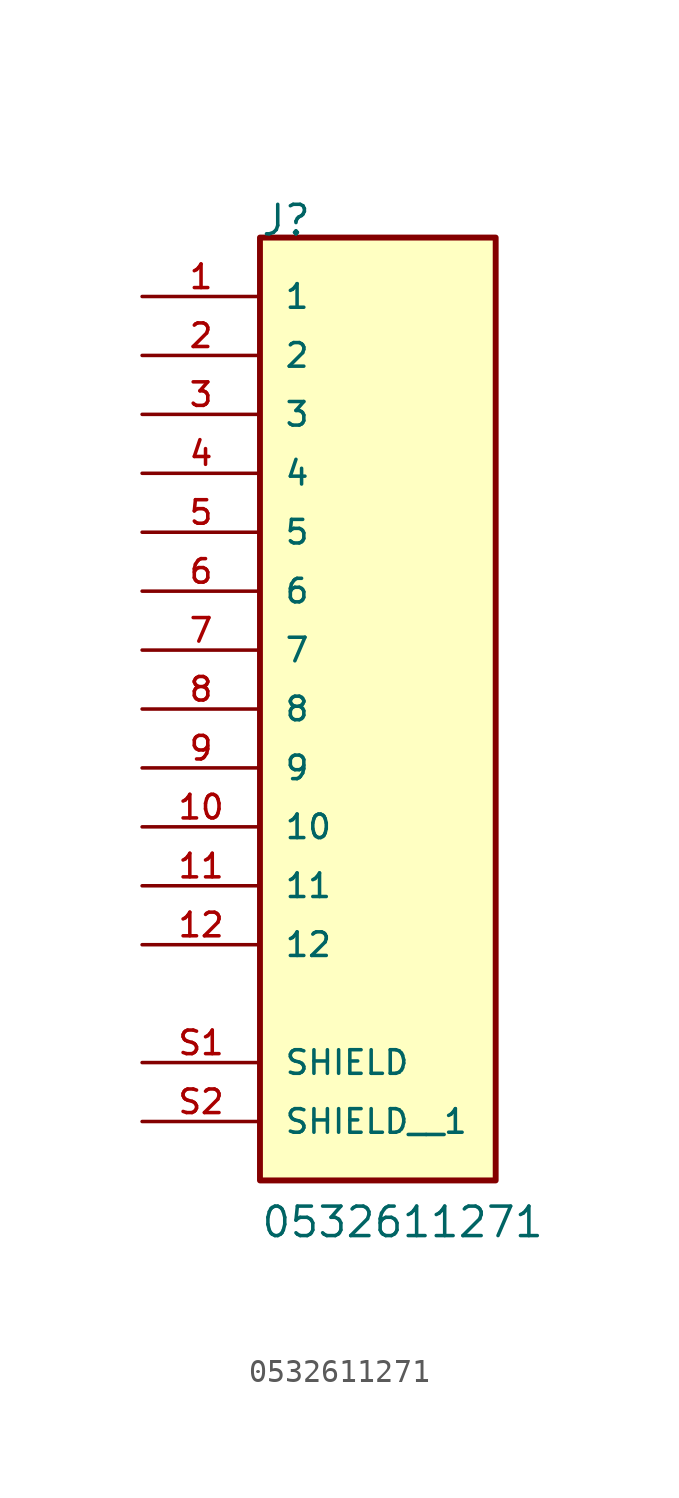
<source format=kicad_sym>
(kicad_symbol_lib
  (version 20211014)
  (generator kicad_symbol_editor)
  (symbol "0532611271"
    (pin_names
      (offset 1.016))
    (property "Reference" "J"
      (at -5.08 17.78 0)
      (effects (font (size 1.27 1.27)) (justify bottom left)))
    (property "Value" "0532611271"
      (at -5.08 -25.4 0)
      (effects (font (size 1.27 1.27)) (justify bottom left)))
    (symbol "0532611271_0_0"
      (rectangle (start -5.08 -22.86) (end 5.08 17.78) (stroke (width 0.254)) (fill (type background)))
      (pin passive line (at -10.16 15.24 0) (length 5.08) (name "1" (effects (font (size 1.016 1.016)))) (number "1" (effects (font (size 1.016 1.016)))))
      (pin passive line (at -10.16 12.7 0) (length 5.08) (name "2" (effects (font (size 1.016 1.016)))) (number "2" (effects (font (size 1.016 1.016)))))
      (pin passive line (at -10.16 10.16 0) (length 5.08) (name "3" (effects (font (size 1.016 1.016)))) (number "3" (effects (font (size 1.016 1.016)))))
      (pin passive line (at -10.16 7.62 0) (length 5.08) (name "4" (effects (font (size 1.016 1.016)))) (number "4" (effects (font (size 1.016 1.016)))))
      (pin passive line (at -10.16 5.08 0) (length 5.08) (name "5" (effects (font (size 1.016 1.016)))) (number "5" (effects (font (size 1.016 1.016)))))
      (pin passive line (at -10.16 2.54 0) (length 5.08) (name "6" (effects (font (size 1.016 1.016)))) (number "6" (effects (font (size 1.016 1.016)))))
      (pin passive line (at -10.16 0.0 0) (length 5.08) (name "7" (effects (font (size 1.016 1.016)))) (number "7" (effects (font (size 1.016 1.016)))))
      (pin passive line (at -10.16 -2.54 0) (length 5.08) (name "8" (effects (font (size 1.016 1.016)))) (number "8" (effects (font (size 1.016 1.016)))))
      (pin passive line (at -10.16 -5.08 0) (length 5.08) (name "9" (effects (font (size 1.016 1.016)))) (number "9" (effects (font (size 1.016 1.016)))))
      (pin passive line (at -10.16 -7.62 0) (length 5.08) (name "10" (effects (font (size 1.016 1.016)))) (number "10" (effects (font (size 1.016 1.016)))))
      (pin passive line (at -10.16 -10.16 0) (length 5.08) (name "11" (effects (font (size 1.016 1.016)))) (number "11" (effects (font (size 1.016 1.016)))))
      (pin passive line (at -10.16 -12.7 0) (length 5.08) (name "12" (effects (font (size 1.016 1.016)))) (number "12" (effects (font (size 1.016 1.016)))))
      (pin passive line (at -10.16 -17.78 0) (length 5.08) (name "SHIELD" (effects (font (size 1.016 1.016)))) (number "S1" (effects (font (size 1.016 1.016)))))
      (pin passive line (at -10.16 -20.32 0) (length 5.08) (name "SHIELD__1" (effects (font (size 1.016 1.016)))) (number "S2" (effects (font (size 1.016 1.016))))))))
</source>
